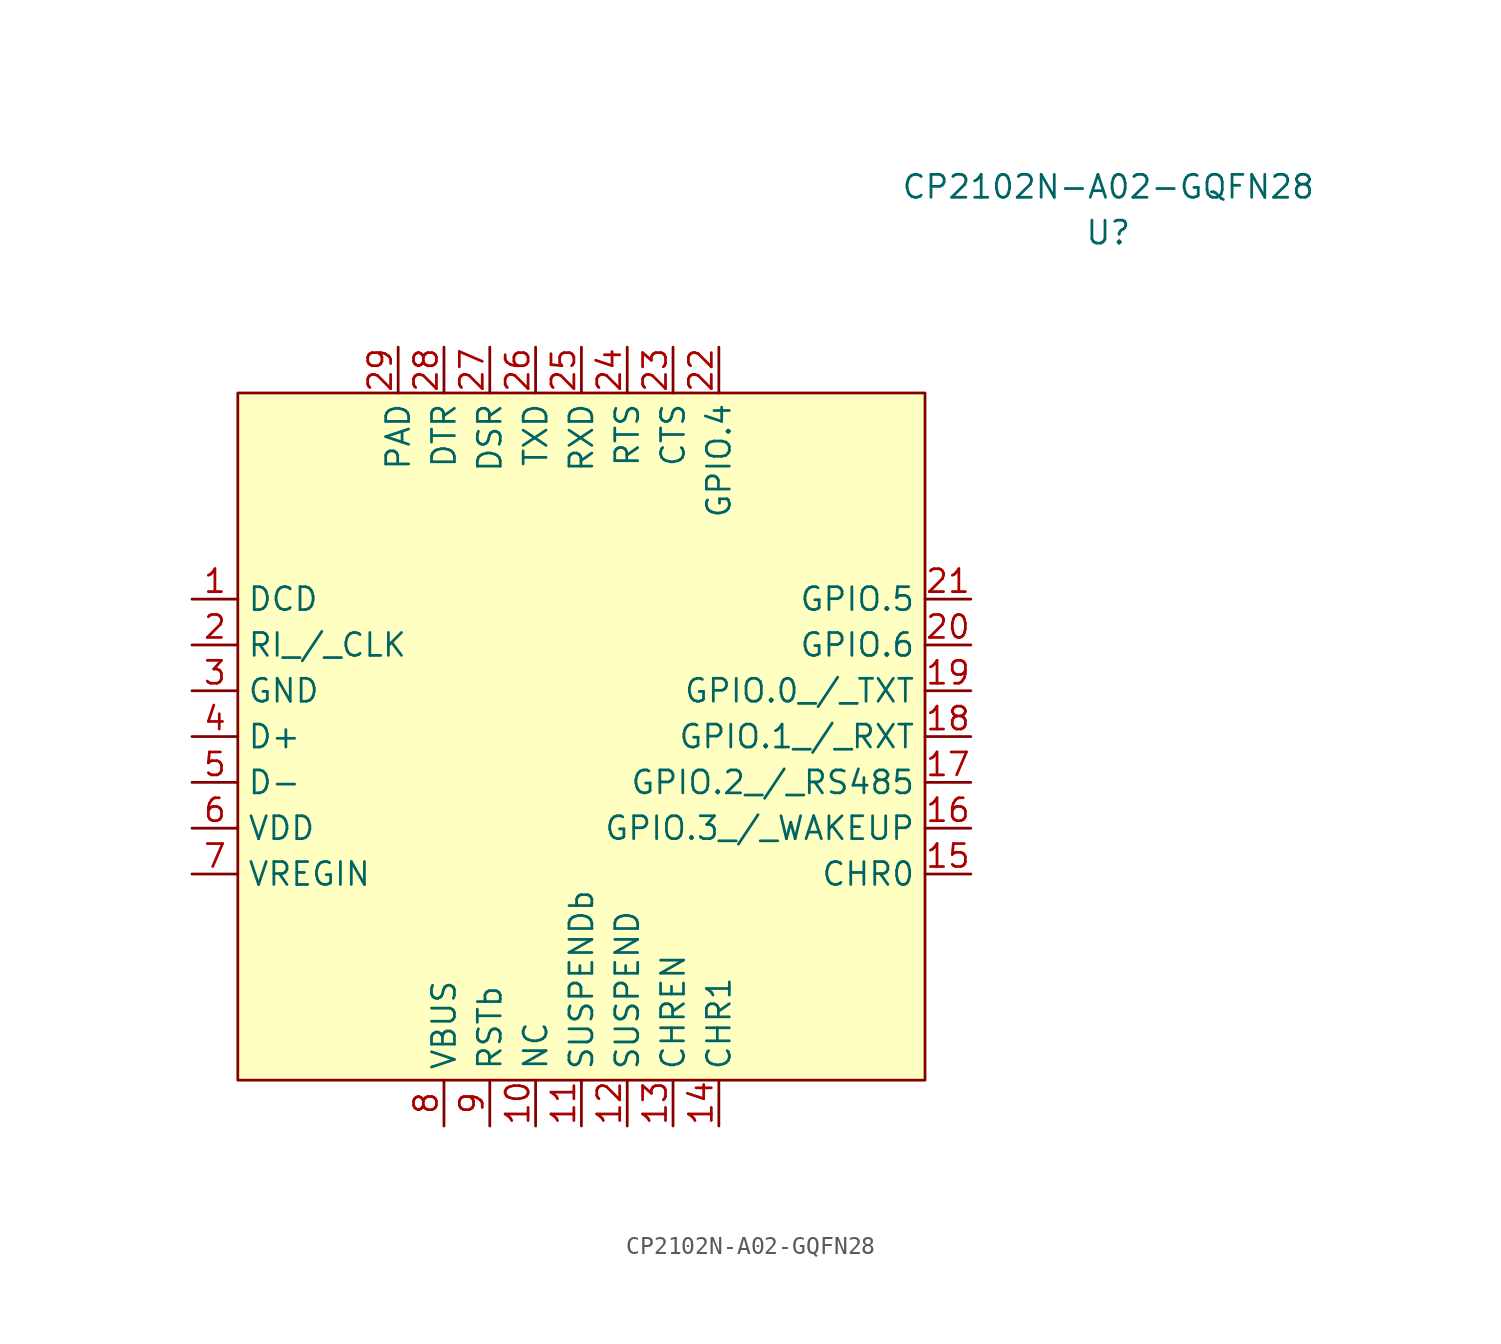
<source format=kicad_sym>
(kicad_symbol_lib
  (version 20211014)
  (generator kicad_symbol_editor)
  (symbol "CP2102N-A02-GQFN28"
    (property "Reference" "U"
      (at 29.21 27.94 0)
      (effects (font (size 1.27 1.27))))
    (property "Value" "CP2102N-A02-GQFN28"
      (at 29.21 30.48 0)
      (effects (font (size 1.27 1.27))))
    (symbol "CP2102N-A02-GQFN28_0_1"
      (rectangle (start -19.05 19.05) (end 19.05 -19.05) (stroke (width 0) (type default) (color 0 0 0 0)) (fill (type background))))
    (symbol "CP2102N-A02-GQFN28_1_1"
      (pin passive line (at -21.59 7.62 0) (length 2.54) (name "DCD" (effects (font (size 1.27 1.27)))) (number "1" (effects (font (size 1.27 1.27)))))
      (pin passive line (at -2.54 -21.59 90) (length 2.54) (name "NC" (effects (font (size 1.27 1.27)))) (number "10" (effects (font (size 1.27 1.27)))))
      (pin passive line (at 0 -21.59 90) (length 2.54) (name "SUSPENDb" (effects (font (size 1.27 1.27)))) (number "11" (effects (font (size 1.27 1.27)))))
      (pin passive line (at 2.54 -21.59 90) (length 2.54) (name "SUSPEND" (effects (font (size 1.27 1.27)))) (number "12" (effects (font (size 1.27 1.27)))))
      (pin passive line (at 5.08 -21.59 90) (length 2.54) (name "CHREN" (effects (font (size 1.27 1.27)))) (number "13" (effects (font (size 1.27 1.27)))))
      (pin passive line (at 7.62 -21.59 90) (length 2.54) (name "CHR1" (effects (font (size 1.27 1.27)))) (number "14" (effects (font (size 1.27 1.27)))))
      (pin passive line (at 21.59 -7.62 180) (length 2.54) (name "CHR0" (effects (font (size 1.27 1.27)))) (number "15" (effects (font (size 1.27 1.27)))))
      (pin passive line (at 21.59 -5.08 180) (length 2.54) (name "GPIO.3_/_WAKEUP" (effects (font (size 1.27 1.27)))) (number "16" (effects (font (size 1.27 1.27)))))
      (pin passive line (at 21.59 -2.54 180) (length 2.54) (name "GPIO.2_/_RS485" (effects (font (size 1.27 1.27)))) (number "17" (effects (font (size 1.27 1.27)))))
      (pin passive line (at 21.59 0 180) (length 2.54) (name "GPIO.1_/_RXT" (effects (font (size 1.27 1.27)))) (number "18" (effects (font (size 1.27 1.27)))))
      (pin passive line (at 21.59 2.54 180) (length 2.54) (name "GPIO.0_/_TXT" (effects (font (size 1.27 1.27)))) (number "19" (effects (font (size 1.27 1.27)))))
      (pin passive line (at -21.59 5.08 0) (length 2.54) (name "RI_/_CLK" (effects (font (size 1.27 1.27)))) (number "2" (effects (font (size 1.27 1.27)))))
      (pin passive line (at 21.59 5.08 180) (length 2.54) (name "GPIO.6" (effects (font (size 1.27 1.27)))) (number "20" (effects (font (size 1.27 1.27)))))
      (pin passive line (at 21.59 7.62 180) (length 2.54) (name "GPIO.5" (effects (font (size 1.27 1.27)))) (number "21" (effects (font (size 1.27 1.27)))))
      (pin passive line (at 7.62 21.59 270) (length 2.54) (name "GPIO.4" (effects (font (size 1.27 1.27)))) (number "22" (effects (font (size 1.27 1.27)))))
      (pin passive line (at 5.08 21.59 270) (length 2.54) (name "CTS" (effects (font (size 1.27 1.27)))) (number "23" (effects (font (size 1.27 1.27)))))
      (pin passive line (at 2.54 21.59 270) (length 2.54) (name "RTS" (effects (font (size 1.27 1.27)))) (number "24" (effects (font (size 1.27 1.27)))))
      (pin passive line (at 0 21.59 270) (length 2.54) (name "RXD" (effects (font (size 1.27 1.27)))) (number "25" (effects (font (size 1.27 1.27)))))
      (pin passive line (at -2.54 21.59 270) (length 2.54) (name "TXD" (effects (font (size 1.27 1.27)))) (number "26" (effects (font (size 1.27 1.27)))))
      (pin passive line (at -5.08 21.59 270) (length 2.54) (name "DSR" (effects (font (size 1.27 1.27)))) (number "27" (effects (font (size 1.27 1.27)))))
      (pin passive line (at -7.62 21.59 270) (length 2.54) (name "DTR" (effects (font (size 1.27 1.27)))) (number "28" (effects (font (size 1.27 1.27)))))
      (pin passive line (at -10.16 21.59 270) (length 2.54) (name "PAD" (effects (font (size 1.27 1.27)))) (number "29" (effects (font (size 1.27 1.27)))))
      (pin passive line (at -21.59 2.54 0) (length 2.54) (name "GND" (effects (font (size 1.27 1.27)))) (number "3" (effects (font (size 1.27 1.27)))))
      (pin passive line (at -21.59 0 0) (length 2.54) (name "D+" (effects (font (size 1.27 1.27)))) (number "4" (effects (font (size 1.27 1.27)))))
      (pin passive line (at -21.59 -2.54 0) (length 2.54) (name "D-" (effects (font (size 1.27 1.27)))) (number "5" (effects (font (size 1.27 1.27)))))
      (pin passive line (at -21.59 -5.08 0) (length 2.54) (name "VDD" (effects (font (size 1.27 1.27)))) (number "6" (effects (font (size 1.27 1.27)))))
      (pin passive line (at -21.59 -7.62 0) (length 2.54) (name "VREGIN" (effects (font (size 1.27 1.27)))) (number "7" (effects (font (size 1.27 1.27)))))
      (pin passive line (at -7.62 -21.59 90) (length 2.54) (name "VBUS" (effects (font (size 1.27 1.27)))) (number "8" (effects (font (size 1.27 1.27)))))
      (pin passive line (at -5.08 -21.59 90) (length 2.54) (name "RSTb" (effects (font (size 1.27 1.27)))) (number "9" (effects (font (size 1.27 1.27))))))))
</source>
